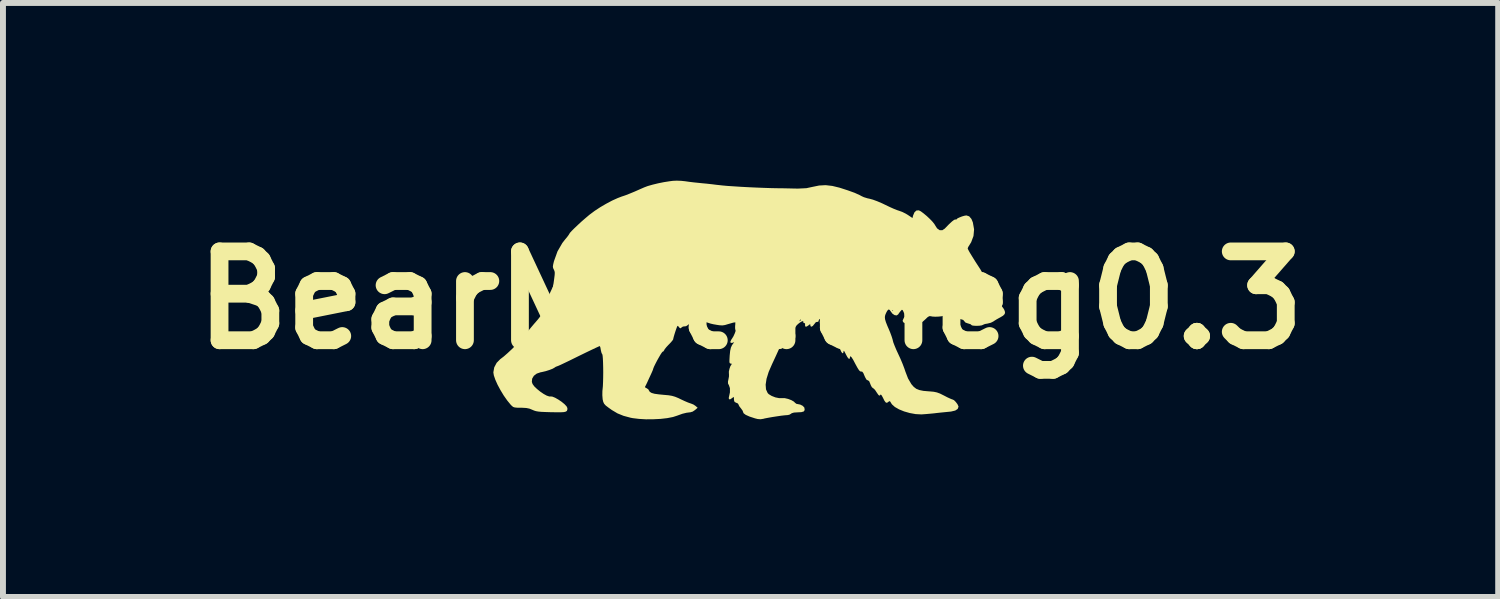
<source format=kicad_pcb>
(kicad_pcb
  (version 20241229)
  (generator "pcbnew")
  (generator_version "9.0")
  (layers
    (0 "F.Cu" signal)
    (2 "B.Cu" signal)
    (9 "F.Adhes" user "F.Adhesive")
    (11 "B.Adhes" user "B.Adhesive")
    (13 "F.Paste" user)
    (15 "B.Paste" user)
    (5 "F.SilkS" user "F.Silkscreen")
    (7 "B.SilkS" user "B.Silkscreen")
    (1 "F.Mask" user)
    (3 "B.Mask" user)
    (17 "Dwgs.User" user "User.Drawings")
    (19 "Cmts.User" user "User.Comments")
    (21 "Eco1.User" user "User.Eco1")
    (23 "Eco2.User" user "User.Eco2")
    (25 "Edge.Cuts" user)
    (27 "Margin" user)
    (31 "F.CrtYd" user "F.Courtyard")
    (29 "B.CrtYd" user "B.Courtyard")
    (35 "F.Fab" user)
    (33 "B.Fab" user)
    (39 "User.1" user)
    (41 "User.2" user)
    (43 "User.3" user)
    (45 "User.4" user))
  (footprint "BearMetalneg0.3"
    (layer "F.Cu")
    (at 9.621 2.016)
    (property "Reference" "BearMetalneg0.3" (at 0 0 0) (layer "F.SilkS") (effects (font (size 1.5 1.5) (thickness 0.3))))
    (attr board_only exclude_from_pos_files exclude_from_bom)
    (fp_poly (pts (xy -1.169 -2.013) (xy -1.103 -2.006) (xy -1.034 -1.996) (xy -0.949 -1.986) (xy -0.861 -1.977) (xy -0.823 -1.973) (xy -0.738 -1.965) (xy -0.648 -1.955) (xy -0.568 -1.945) (xy -0.539 -1.942) (xy -0.476 -1.935) (xy -0.388 -1.927) (xy -0.28 -1.92) (xy -0.158 -1.912) (xy -0.027 -1.905) (xy 0.105 -1.899) (xy 0.235 -1.894) (xy 0.356 -1.89) (xy 0.463 -1.888) (xy 0.466 -1.888) (xy 0.558 -1.887) (xy 0.652 -1.885) (xy 0.737 -1.883) (xy 0.8 -1.882) (xy 0.943 -1.889) (xy 1.041 -1.91) (xy 1.158 -1.934) (xy 1.268 -1.94) (xy 1.381 -1.927) (xy 1.504 -1.897) (xy 1.643 -1.852) (xy 1.757 -1.811) (xy 1.843 -1.772) (xy 1.872 -1.756) (xy 1.913 -1.737) (xy 1.971 -1.719) (xy 2.012 -1.71) (xy 2.067 -1.695) (xy 2.14 -1.668) (xy 2.222 -1.633) (xy 2.276 -1.607) (xy 2.349 -1.572) (xy 2.418 -1.541) (xy 2.476 -1.518) (xy 2.512 -1.506) (xy 2.562 -1.488) (xy 2.62 -1.459) (xy 2.655 -1.438) (xy 2.734 -1.385) (xy 2.744 -1.426) (xy 2.767 -1.481) (xy 2.8 -1.512) (xy 2.841 -1.515) (xy 2.875 -1.498) (xy 2.922 -1.463) (xy 2.976 -1.418) (xy 3.029 -1.368) (xy 3.075 -1.32) (xy 3.107 -1.279) (xy 3.113 -1.267) (xy 3.15 -1.21) (xy 3.193 -1.18) (xy 3.237 -1.179) (xy 3.28 -1.207) (xy 3.28 -1.208) (xy 3.349 -1.279) (xy 3.401 -1.327) (xy 3.436 -1.354) (xy 3.458 -1.361) (xy 3.46 -1.36) (xy 3.478 -1.361) (xy 3.48 -1.365) (xy 3.493 -1.379) (xy 3.527 -1.395) (xy 3.57 -1.412) (xy 3.612 -1.424) (xy 3.644 -1.429) (xy 3.691 -1.414) (xy 3.729 -1.37) (xy 3.753 -1.312) (xy 3.774 -1.194) (xy 3.764 -1.082) (xy 3.725 -0.977) (xy 3.696 -0.93) (xy 3.675 -0.896) (xy 3.666 -0.872) (xy 3.666 -0.872) (xy 3.675 -0.85) (xy 3.7 -0.804) (xy 3.741 -0.737) (xy 3.795 -0.65) (xy 3.832 -0.593) (xy 3.88 -0.519) (xy 3.912 -0.464) (xy 3.932 -0.422) (xy 3.942 -0.388) (xy 3.946 -0.356) (xy 3.946 -0.351) (xy 3.955 -0.287) (xy 3.985 -0.217) (xy 4.036 -0.138) (xy 4.111 -0.047) (xy 4.138 -0.018) (xy 4.189 0.04) (xy 4.235 0.095) (xy 4.269 0.14) (xy 4.284 0.165) (xy 4.297 0.204) (xy 4.291 0.235) (xy 4.263 0.264) (xy 4.209 0.296) (xy 4.204 0.298) (xy 4.154 0.326) (xy 4.109 0.354) (xy 4.1 0.361) (xy 4.056 0.383) (xy 4.004 0.396) (xy 4 0.397) (xy 3.958 0.404) (xy 3.928 0.416) (xy 3.925 0.418) (xy 3.903 0.427) (xy 3.863 0.433) (xy 3.816 0.435) (xy 3.771 0.433) (xy 3.739 0.428) (xy 3.728 0.42) (xy 3.715 0.408) (xy 3.681 0.397) (xy 3.672 0.395) (xy 3.628 0.379) (xy 3.609 0.357) (xy 3.59 0.335) (xy 3.544 0.321) (xy 3.53 0.319) (xy 3.471 0.306) (xy 3.405 0.287) (xy 3.376 0.277) (xy 3.319 0.259) (xy 3.281 0.257) (xy 3.266 0.262) (xy 3.23 0.273) (xy 3.176 0.279) (xy 3.118 0.281) (xy 3.067 0.278) (xy 3.041 0.272) (xy 3.016 0.272) (xy 2.985 0.292) (xy 2.96 0.317) (xy 2.909 0.363) (xy 2.863 0.39) (xy 2.826 0.397) (xy 2.803 0.383) (xy 2.796 0.356) (xy 2.794 0.334) (xy 2.783 0.329) (xy 2.758 0.343) (xy 2.726 0.366) (xy 2.684 0.393) (xy 2.647 0.399) (xy 2.625 0.396) (xy 2.582 0.378) (xy 2.567 0.351) (xy 2.58 0.317) (xy 2.581 0.316) (xy 2.6 0.277) (xy 2.596 0.231) (xy 2.582 0.197) (xy 2.567 0.168) (xy 2.554 0.164) (xy 2.536 0.183) (xy 2.535 0.184) (xy 2.508 0.218) (xy 2.493 0.241) (xy 2.468 0.259) (xy 2.432 0.254) (xy 2.396 0.23) (xy 2.374 0.201) (xy 2.358 0.179) (xy 2.392 0.179) (xy 2.4 0.186) (xy 2.408 0.179) (xy 2.4 0.171) (xy 2.392 0.179) (xy 2.358 0.179) (xy 2.349 0.166) (xy 2.329 0.159) (xy 2.308 0.181) (xy 2.29 0.214) (xy 2.274 0.252) (xy 2.267 0.286) (xy 2.271 0.324) (xy 2.285 0.372) (xy 2.311 0.438) (xy 2.329 0.479) (xy 2.357 0.546) (xy 2.381 0.611) (xy 2.397 0.661) (xy 2.401 0.678) (xy 2.411 0.716) (xy 2.433 0.773) (xy 2.462 0.842) (xy 2.493 0.909) (xy 2.531 0.991) (xy 2.568 1.079) (xy 2.599 1.161) (xy 2.615 1.209) (xy 2.659 1.323) (xy 2.712 1.414) (xy 2.715 1.419) (xy 2.755 1.465) (xy 2.798 1.498) (xy 2.85 1.519) (xy 2.919 1.533) (xy 3.011 1.541) (xy 3.029 1.542) (xy 3.093 1.548) (xy 3.146 1.559) (xy 3.198 1.578) (xy 3.264 1.611) (xy 3.268 1.613) (xy 3.324 1.642) (xy 3.372 1.664) (xy 3.404 1.677) (xy 3.41 1.678) (xy 3.435 1.69) (xy 3.465 1.72) (xy 3.493 1.757) (xy 3.509 1.791) (xy 3.511 1.801) (xy 3.497 1.838) (xy 3.456 1.865) (xy 3.385 1.882) (xy 3.356 1.885) (xy 3.294 1.891) (xy 3.214 1.899) (xy 3.131 1.908) (xy 3.099 1.912) (xy 3.025 1.919) (xy 2.956 1.925) (xy 2.901 1.929) (xy 2.882 1.93) (xy 2.787 1.925) (xy 2.688 1.907) (xy 2.593 1.88) (xy 2.507 1.845) (xy 2.437 1.805) (xy 2.389 1.762) (xy 2.377 1.745) (xy 2.358 1.713) (xy 2.344 1.706) (xy 2.326 1.719) (xy 2.303 1.735) (xy 2.282 1.728) (xy 2.259 1.697) (xy 2.236 1.65) (xy 2.216 1.613) (xy 2.201 1.595) (xy 2.195 1.596) (xy 2.181 1.614) (xy 2.161 1.604) (xy 2.134 1.566) (xy 2.127 1.555) (xy 2.101 1.516) (xy 2.075 1.491) (xy 2.067 1.487) (xy 2.047 1.469) (xy 2.028 1.432) (xy 2.022 1.415) (xy 2.003 1.37) (xy 1.982 1.355) (xy 1.979 1.355) (xy 1.958 1.344) (xy 1.935 1.304) (xy 1.924 1.279) (xy 1.904 1.232) (xy 1.886 1.209) (xy 1.867 1.206) (xy 1.851 1.204) (xy 1.831 1.184) (xy 1.805 1.143) (xy 1.771 1.081) (xy 1.733 1.009) (xy 1.705 0.965) (xy 1.687 0.948) (xy 1.679 0.959) (xy 1.678 0.971) (xy 1.672 0.993) (xy 1.657 0.99) (xy 1.635 0.963) (xy 1.609 0.915) (xy 1.608 0.913) (xy 1.586 0.869) (xy 1.574 0.855) (xy 1.57 0.866) (xy 1.564 0.895) (xy 1.55 0.897) (xy 1.532 0.873) (xy 1.52 0.846) (xy 1.501 0.808) (xy 1.48 0.799) (xy 1.478 0.8) (xy 1.451 0.798) (xy 1.435 0.766) (xy 1.429 0.708) (xy 1.427 0.67) (xy 1.42 0.659) (xy 1.411 0.665) (xy 1.383 0.682) (xy 1.359 0.679) (xy 1.352 0.662) (xy 1.341 0.638) (xy 1.335 0.634) (xy 1.322 0.617) (xy 1.311 0.583) (xy 1.352 0.583) (xy 1.359 0.59) (xy 1.367 0.583) (xy 1.359 0.575) (xy 1.352 0.583) (xy 1.311 0.583) (xy 1.31 0.579) (xy 1.304 0.551) (xy 1.291 0.482) (xy 1.281 0.438) (xy 1.272 0.416) (xy 1.263 0.41) (xy 1.257 0.413) (xy 1.248 0.433) (xy 1.251 0.468) (xy 1.254 0.501) (xy 1.242 0.512) (xy 1.238 0.513) (xy 1.215 0.499) (xy 1.193 0.464) (xy 1.176 0.419) (xy 1.169 0.374) (xy 1.171 0.355) (xy 1.174 0.324) (xy 1.165 0.319) (xy 1.165 0.319) (xy 1.151 0.341) (xy 1.15 0.352) (xy 1.14 0.369) (xy 1.127 0.367) (xy 1.102 0.374) (xy 1.077 0.405) (xy 1.051 0.437) (xy 1.027 0.45) (xy 1.012 0.44) (xy 1.01 0.425) (xy 1.008 0.408) (xy 0.996 0.412) (xy 0.981 0.425) (xy 0.948 0.447) (xy 0.926 0.448) (xy 0.92 0.427) (xy 0.921 0.419) (xy 0.92 0.394) (xy 0.906 0.388) (xy 0.889 0.378) (xy 0.891 0.366) (xy 0.888 0.355) (xy 0.869 0.359) (xy 0.84 0.375) (xy 0.808 0.399) (xy 0.78 0.425) (xy 0.762 0.45) (xy 0.761 0.452) (xy 0.741 0.485) (xy 0.722 0.5) (xy 0.694 0.517) (xy 0.656 0.555) (xy 0.613 0.607) (xy 0.568 0.668) (xy 0.528 0.73) (xy 0.497 0.787) (xy 0.49 0.804) (xy 0.465 0.861) (xy 0.431 0.936) (xy 0.393 1.018) (xy 0.363 1.082) (xy 0.306 1.213) (xy 0.27 1.329) (xy 0.255 1.428) (xy 0.261 1.508) (xy 0.289 1.569) (xy 0.307 1.588) (xy 0.356 1.618) (xy 0.42 1.643) (xy 0.485 1.656) (xy 0.533 1.656) (xy 0.579 1.656) (xy 0.635 1.669) (xy 0.69 1.69) (xy 0.733 1.715) (xy 0.75 1.733) (xy 0.775 1.752) (xy 0.792 1.755) (xy 0.838 1.764) (xy 0.88 1.785) (xy 0.907 1.813) (xy 0.909 1.818) (xy 0.914 1.856) (xy 0.899 1.88) (xy 0.859 1.892) (xy 0.8 1.895) (xy 0.734 1.899) (xy 0.695 1.91) (xy 0.684 1.919) (xy 0.654 1.936) (xy 0.622 1.942) (xy 0.581 1.945) (xy 0.519 1.952) (xy 0.444 1.963) (xy 0.366 1.975) (xy 0.293 1.988) (xy 0.236 1.999) (xy 0.219 2.004) (xy 0.169 2.012) (xy 0.119 2.008) (xy 0.076 1.997) (xy -0.016 1.967) (xy -0.081 1.938) (xy -0.117 1.911) (xy -0.124 1.895) (xy -0.134 1.867) (xy -0.159 1.832) (xy -0.163 1.827) (xy -0.189 1.794) (xy -0.202 1.767) (xy -0.202 1.764) (xy -0.215 1.745) (xy -0.241 1.734) (xy -0.269 1.72) (xy -0.279 1.691) (xy -0.28 1.675) (xy -0.281 1.643) (xy -0.289 1.637) (xy -0.308 1.652) (xy -0.342 1.675) (xy -0.363 1.675) (xy -0.368 1.653) (xy -0.366 1.643) (xy -0.348 1.558) (xy -0.348 1.488) (xy -0.364 1.44) (xy -0.38 1.409) (xy -0.381 1.375) (xy -0.373 1.337) (xy -0.364 1.289) (xy -0.364 1.25) (xy -0.365 1.242) (xy -0.366 1.208) (xy -0.356 1.161) (xy -0.34 1.116) (xy -0.321 1.086) (xy -0.319 1.084) (xy -0.318 1.075) (xy -0.332 1.072) (xy -0.346 1.07) (xy -0.354 1.059) (xy -0.357 1.034) (xy -0.355 0.989) (xy -0.352 0.936) (xy -0.344 0.858) (xy -0.332 0.804) (xy -0.315 0.766) (xy -0.309 0.756) (xy -0.276 0.711) (xy -0.309 0.722) (xy -0.335 0.722) (xy -0.341 0.704) (xy -0.326 0.67) (xy -0.311 0.648) (xy -0.289 0.612) (xy -0.265 0.559) (xy -0.251 0.518) (xy -0.233 0.465) (xy -0.218 0.421) (xy -0.21 0.4) (xy -0.212 0.379) (xy -0.24 0.373) (xy -0.293 0.381) (xy -0.369 0.403) (xy -0.374 0.404) (xy -0.43 0.421) (xy -0.475 0.428) (xy -0.525 0.425) (xy -0.571 0.418) (xy -0.628 0.408) (xy -0.675 0.397) (xy -0.7 0.389) (xy -0.73 0.379) (xy -0.775 0.368) (xy -0.789 0.366) (xy -0.836 0.362) (xy -0.876 0.371) (xy -0.923 0.395) (xy -0.976 0.423) (xy -1.008 0.433) (xy -1.023 0.426) (xy -1.025 0.412) (xy -1.03 0.4) (xy -1.048 0.411) (xy -1.058 0.421) (xy -1.088 0.441) (xy -1.113 0.444) (xy -1.141 0.447) (xy -1.161 0.46) (xy -1.182 0.477) (xy -1.197 0.47) (xy -1.205 0.46) (xy -1.223 0.439) (xy -1.231 0.435) (xy -1.24 0.448) (xy -1.253 0.483) (xy -1.269 0.53) (xy -1.285 0.58) (xy -1.298 0.625) (xy -1.305 0.655) (xy -1.305 0.66) (xy -1.315 0.678) (xy -1.343 0.712) (xy -1.381 0.752) (xy -1.383 0.753) (xy -1.421 0.794) (xy -1.449 0.829) (xy -1.46 0.85) (xy -1.46 0.85) (xy -1.473 0.868) (xy -1.482 0.87) (xy -1.495 0.883) (xy -1.518 0.917) (xy -1.546 0.965) (xy -1.577 1.02) (xy -1.606 1.076) (xy -1.63 1.125) (xy -1.644 1.161) (xy -1.647 1.173) (xy -1.653 1.189) (xy -1.669 1.226) (xy -1.692 1.276) (xy -1.718 1.332) (xy -1.743 1.387) (xy -1.765 1.433) (xy -1.78 1.462) (xy -1.782 1.465) (xy -1.776 1.478) (xy -1.758 1.486) (xy -1.727 1.506) (xy -1.716 1.525) (xy -1.701 1.549) (xy -1.67 1.568) (xy -1.62 1.582) (xy -1.547 1.592) (xy -1.464 1.6) (xy -1.385 1.607) (xy -1.326 1.617) (xy -1.274 1.632) (xy -1.218 1.655) (xy -1.177 1.675) (xy -1.115 1.704) (xy -1.059 1.728) (xy -1.018 1.743) (xy -1.008 1.746) (xy -0.965 1.763) (xy -0.93 1.786) (xy -0.893 1.818) (xy -0.937 1.856) (xy -0.977 1.883) (xy -1.018 1.895) (xy -1.022 1.895) (xy -1.079 1.902) (xy -1.149 1.919) (xy -1.219 1.944) (xy -1.235 1.95) (xy -1.309 1.974) (xy -1.406 1.993) (xy -1.519 2.006) (xy -1.641 2.012) (xy -1.766 2.013) (xy -1.884 2.006) (xy -1.991 1.993) (xy -2.026 1.986) (xy -2.145 1.954) (xy -2.246 1.913) (xy -2.342 1.856) (xy -2.398 1.816) (xy -2.445 1.78) (xy -2.472 1.75) (xy -2.487 1.718) (xy -2.497 1.674) (xy -2.497 1.672) (xy -2.502 1.607) (xy -2.501 1.535) (xy -2.498 1.507) (xy -2.493 1.454) (xy -2.49 1.385) (xy -2.488 1.305) (xy -2.487 1.219) (xy -2.488 1.134) (xy -2.49 1.055) (xy -2.493 0.989) (xy -2.497 0.941) (xy -2.502 0.917) (xy -2.503 0.915) (xy -2.515 0.895) (xy -2.525 0.856) (xy -2.528 0.841) (xy -2.535 0.801) (xy -2.543 0.779) (xy -2.546 0.777) (xy -2.564 0.784) (xy -2.61 0.805) (xy -2.682 0.839) (xy -2.782 0.887) (xy -2.907 0.948) (xy -3.059 1.023) (xy -3.084 1.035) (xy -3.151 1.067) (xy -3.208 1.094) (xy -3.249 1.112) (xy -3.269 1.119) (xy -3.269 1.119) (xy -3.291 1.128) (xy -3.308 1.14) (xy -3.341 1.159) (xy -3.395 1.18) (xy -3.458 1.2) (xy -3.522 1.215) (xy -3.544 1.219) (xy -3.609 1.241) (xy -3.658 1.278) (xy -3.687 1.327) (xy -3.692 1.381) (xy -3.68 1.417) (xy -3.651 1.457) (xy -3.605 1.501) (xy -3.551 1.545) (xy -3.494 1.584) (xy -3.441 1.613) (xy -3.399 1.627) (xy -3.382 1.627) (xy -3.349 1.629) (xy -3.301 1.648) (xy -3.246 1.679) (xy -3.191 1.716) (xy -3.142 1.756) (xy -3.106 1.794) (xy -3.092 1.823) (xy -3.092 1.825) (xy -3.093 1.852) (xy -3.101 1.871) (xy -3.118 1.883) (xy -3.15 1.891) (xy -3.2 1.894) (xy -3.272 1.894) (xy -3.365 1.893) (xy -3.461 1.89) (xy -3.532 1.887) (xy -3.584 1.882) (xy -3.623 1.875) (xy -3.655 1.865) (xy -3.683 1.853) (xy -3.732 1.833) (xy -3.785 1.822) (xy -3.854 1.818) (xy -3.878 1.818) (xy -3.94 1.817) (xy -3.981 1.813) (xy -4.008 1.804) (xy -4.03 1.786) (xy -4.049 1.767) (xy -4.108 1.695) (xy -4.167 1.611) (xy -4.222 1.52) (xy -4.271 1.429) (xy -4.309 1.344) (xy -4.334 1.271) (xy -4.342 1.22) (xy -4.327 1.136) (xy -4.286 1.059) (xy -4.225 0.997) (xy -4.218 0.992) (xy -4.167 0.953) (xy -4.103 0.897) (xy -4.031 0.83) (xy -3.958 0.757) (xy -3.89 0.686) (xy -3.833 0.621) (xy -3.802 0.583) (xy -3.758 0.526) (xy -3.703 0.459) (xy -3.648 0.394) (xy -3.636 0.381) (xy -3.615 0.356) (xy 0.827 0.356) (xy 0.829 0.357) (xy 0.843 0.346) (xy 0.847 0.342) (xy 0.851 0.327) (xy 0.849 0.326) (xy 0.834 0.337) (xy 0.831 0.342) (xy 0.827 0.356) (xy -3.615 0.356) (xy -3.589 0.326) (xy -3.547 0.272) (xy -3.516 0.229) (xy -3.509 0.217) (xy -3.48 0.165) (xy -3.448 0.112) (xy -3.446 0.109) (xy -3.406 0.032) (xy -3.374 -0.056) (xy -3.347 -0.162) (xy -3.325 -0.287) (xy -3.314 -0.367) (xy -3.307 -0.423) (xy -3.305 -0.461) (xy -3.309 -0.486) (xy -3.317 -0.507) (xy -3.321 -0.515) (xy -3.333 -0.54) (xy -3.337 -0.566) (xy -3.332 -0.601) (xy -3.319 -0.655) (xy -3.317 -0.661) (xy -3.259 -0.822) (xy -3.177 -0.964) (xy -3.131 -1.023) (xy -3.096 -1.065) (xy -3.071 -1.099) (xy -3.06 -1.117) (xy -3.06 -1.117) (xy -3.049 -1.135) (xy -3.019 -1.168) (xy -2.973 -1.214) (xy -2.916 -1.268) (xy -2.852 -1.327) (xy -2.785 -1.385) (xy -2.72 -1.44) (xy -2.708 -1.449) (xy -2.63 -1.507) (xy -2.537 -1.568) (xy -2.436 -1.627) (xy -2.336 -1.68) (xy -2.243 -1.722) (xy -2.167 -1.751) (xy -2.159 -1.753) (xy -2.112 -1.769) (xy -2.043 -1.796) (xy -1.958 -1.831) (xy -1.863 -1.873) (xy -1.794 -1.903) (xy -1.736 -1.925) (xy -1.655 -1.948) (xy -1.561 -1.971) (xy -1.462 -1.991) (xy -1.366 -2.006) (xy -1.312 -2.013) (xy -1.247 -2.016)) (stroke (width 0) (type solid)) (fill yes) (layer "F.SilkS")))
  (gr_rect
    (start -3 -3)
    (end 22.243 7.028)
    (stroke (width 0.1) (type default))
    (fill no)
    (layer "Edge.Cuts")))
</source>
